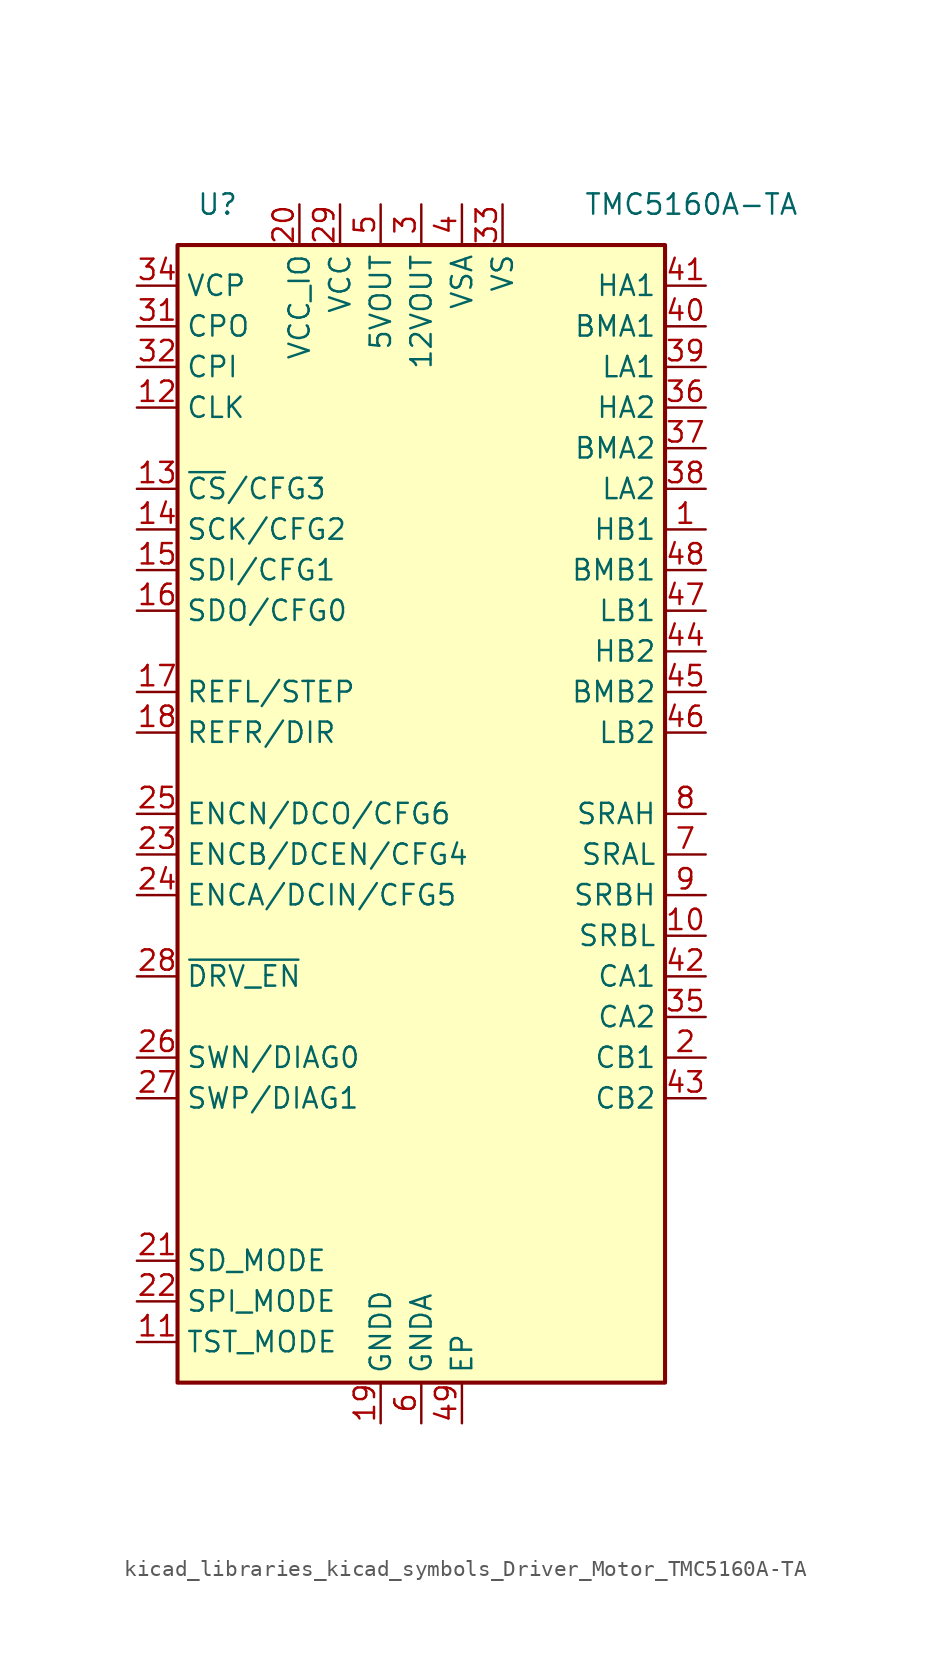
<source format=kicad_sym>
(kicad_symbol_lib
  (version 20220914)
  (generator kicad_symbol_editor)
  (symbol "kicad_libraries_kicad_symbols_Driver_Motor_TMC5160A-TA"
    (property "Reference" "U"
      (at -11.43 38.1 0)
      (effects (font (size 1.27 1.27)) (justify right)))
    (property "Value" "TMC5160A-TA"
      (at 10.16 38.1 0)
      (effects (font (size 1.27 1.27)) (justify left)))
    (symbol "kicad_libraries_kicad_symbols_Driver_Motor_TMC5160A-TA_1_0"
      (rectangle (start -15.24 -35.56) (end 15.24 35.56) (stroke (width 0.254) (type default)) (fill (type background))))
    (symbol "kicad_libraries_kicad_symbols_Driver_Motor_TMC5160A-TA_1_1"
      (pin output line (at 17.78 17.78 180) (length 2.54) (name "HB1" (effects (font (size 1.27 1.27)))) (number "1" (effects (font (size 1.27 1.27)))))
      (pin passive line (at 17.78 -7.62 180) (length 2.54) (name "SRBL" (effects (font (size 1.27 1.27)))) (number "10" (effects (font (size 1.27 1.27)))))
      (pin input line (at -17.78 -33.02 0) (length 2.54) (name "TST_MODE" (effects (font (size 1.27 1.27)))) (number "11" (effects (font (size 1.27 1.27)))))
      (pin input line (at -17.78 25.4 0) (length 2.54) (name "CLK" (effects (font (size 1.27 1.27)))) (number "12" (effects (font (size 1.27 1.27)))))
      (pin input line (at -17.78 20.32 0) (length 2.54) (name "~{CS}/CFG3" (effects (font (size 1.27 1.27)))) (number "13" (effects (font (size 1.27 1.27)))))
      (pin input line (at -17.78 17.78 0) (length 2.54) (name "SCK/CFG2" (effects (font (size 1.27 1.27)))) (number "14" (effects (font (size 1.27 1.27)))))
      (pin input line (at -17.78 15.24 0) (length 2.54) (name "SDI/CFG1" (effects (font (size 1.27 1.27)))) (number "15" (effects (font (size 1.27 1.27)))))
      (pin bidirectional line (at -17.78 12.7 0) (length 2.54) (name "SDO/CFG0" (effects (font (size 1.27 1.27)))) (number "16" (effects (font (size 1.27 1.27)))))
      (pin input line (at -17.78 7.62 0) (length 2.54) (name "REFL/STEP" (effects (font (size 1.27 1.27)))) (number "17" (effects (font (size 1.27 1.27)))))
      (pin input line (at -17.78 5.08 0) (length 2.54) (name "REFR/DIR" (effects (font (size 1.27 1.27)))) (number "18" (effects (font (size 1.27 1.27)))))
      (pin power_in line (at -2.54 -38.1 90) (length 2.54) (name "GNDD" (effects (font (size 1.27 1.27)))) (number "19" (effects (font (size 1.27 1.27)))))
      (pin passive line (at 17.78 -15.24 180) (length 2.54) (name "CB1" (effects (font (size 1.27 1.27)))) (number "2" (effects (font (size 1.27 1.27)))))
      (pin power_in line (at -7.62 38.1 270) (length 2.54) (name "VCC_IO" (effects (font (size 1.27 1.27)))) (number "20" (effects (font (size 1.27 1.27)))))
      (pin input line (at -17.78 -27.94 0) (length 2.54) (name "SD_MODE" (effects (font (size 1.27 1.27)))) (number "21" (effects (font (size 1.27 1.27)))))
      (pin input line (at -17.78 -30.48 0) (length 2.54) (name "SPI_MODE" (effects (font (size 1.27 1.27)))) (number "22" (effects (font (size 1.27 1.27)))))
      (pin input line (at -17.78 -2.54 0) (length 2.54) (name "ENCB/DCEN/CFG4" (effects (font (size 1.27 1.27)))) (number "23" (effects (font (size 1.27 1.27)))))
      (pin input line (at -17.78 -5.08 0) (length 2.54) (name "ENCA/DCIN/CFG5" (effects (font (size 1.27 1.27)))) (number "24" (effects (font (size 1.27 1.27)))))
      (pin bidirectional line (at -17.78 0 0) (length 2.54) (name "ENCN/DCO/CFG6" (effects (font (size 1.27 1.27)))) (number "25" (effects (font (size 1.27 1.27)))))
      (pin bidirectional line (at -17.78 -15.24 0) (length 2.54) (name "SWN/DIAG0" (effects (font (size 1.27 1.27)))) (number "26" (effects (font (size 1.27 1.27)))))
      (pin bidirectional line (at -17.78 -17.78 0) (length 2.54) (name "SWP/DIAG1" (effects (font (size 1.27 1.27)))) (number "27" (effects (font (size 1.27 1.27)))))
      (pin input line (at -17.78 -10.16 0) (length 2.54) (name "~{DRV_EN}" (effects (font (size 1.27 1.27)))) (number "28" (effects (font (size 1.27 1.27)))))
      (pin power_in line (at -5.08 38.1 270) (length 2.54) (name "VCC" (effects (font (size 1.27 1.27)))) (number "29" (effects (font (size 1.27 1.27)))))
      (pin power_out line (at 0 38.1 270) (length 2.54) (name "12VOUT" (effects (font (size 1.27 1.27)))) (number "3" (effects (font (size 1.27 1.27)))))
      (pin passive line (at -2.54 -38.1 90) (length 2.54) hide (name "GNDD" (effects (font (size 1.27 1.27)))) (number "30" (effects (font (size 1.27 1.27)))))
      (pin passive line (at -17.78 30.48 0) (length 2.54) (name "CPO" (effects (font (size 1.27 1.27)))) (number "31" (effects (font (size 1.27 1.27)))))
      (pin passive line (at -17.78 27.94 0) (length 2.54) (name "CPI" (effects (font (size 1.27 1.27)))) (number "32" (effects (font (size 1.27 1.27)))))
      (pin power_in line (at 5.08 38.1 270) (length 2.54) (name "VS" (effects (font (size 1.27 1.27)))) (number "33" (effects (font (size 1.27 1.27)))))
      (pin passive line (at -17.78 33.02 0) (length 2.54) (name "VCP" (effects (font (size 1.27 1.27)))) (number "34" (effects (font (size 1.27 1.27)))))
      (pin passive line (at 17.78 -12.7 180) (length 2.54) (name "CA2" (effects (font (size 1.27 1.27)))) (number "35" (effects (font (size 1.27 1.27)))))
      (pin output line (at 17.78 25.4 180) (length 2.54) (name "HA2" (effects (font (size 1.27 1.27)))) (number "36" (effects (font (size 1.27 1.27)))))
      (pin passive line (at 17.78 22.86 180) (length 2.54) (name "BMA2" (effects (font (size 1.27 1.27)))) (number "37" (effects (font (size 1.27 1.27)))))
      (pin output line (at 17.78 20.32 180) (length 2.54) (name "LA2" (effects (font (size 1.27 1.27)))) (number "38" (effects (font (size 1.27 1.27)))))
      (pin output line (at 17.78 27.94 180) (length 2.54) (name "LA1" (effects (font (size 1.27 1.27)))) (number "39" (effects (font (size 1.27 1.27)))))
      (pin power_in line (at 2.54 38.1 270) (length 2.54) (name "VSA" (effects (font (size 1.27 1.27)))) (number "4" (effects (font (size 1.27 1.27)))))
      (pin passive line (at 17.78 30.48 180) (length 2.54) (name "BMA1" (effects (font (size 1.27 1.27)))) (number "40" (effects (font (size 1.27 1.27)))))
      (pin output line (at 17.78 33.02 180) (length 2.54) (name "HA1" (effects (font (size 1.27 1.27)))) (number "41" (effects (font (size 1.27 1.27)))))
      (pin passive line (at 17.78 -10.16 180) (length 2.54) (name "CA1" (effects (font (size 1.27 1.27)))) (number "42" (effects (font (size 1.27 1.27)))))
      (pin passive line (at 17.78 -17.78 180) (length 2.54) (name "CB2" (effects (font (size 1.27 1.27)))) (number "43" (effects (font (size 1.27 1.27)))))
      (pin output line (at 17.78 10.16 180) (length 2.54) (name "HB2" (effects (font (size 1.27 1.27)))) (number "44" (effects (font (size 1.27 1.27)))))
      (pin passive line (at 17.78 7.62 180) (length 2.54) (name "BMB2" (effects (font (size 1.27 1.27)))) (number "45" (effects (font (size 1.27 1.27)))))
      (pin output line (at 17.78 5.08 180) (length 2.54) (name "LB2" (effects (font (size 1.27 1.27)))) (number "46" (effects (font (size 1.27 1.27)))))
      (pin output line (at 17.78 12.7 180) (length 2.54) (name "LB1" (effects (font (size 1.27 1.27)))) (number "47" (effects (font (size 1.27 1.27)))))
      (pin passive line (at 17.78 15.24 180) (length 2.54) (name "BMB1" (effects (font (size 1.27 1.27)))) (number "48" (effects (font (size 1.27 1.27)))))
      (pin power_in line (at 2.54 -38.1 90) (length 2.54) (name "EP" (effects (font (size 1.27 1.27)))) (number "49" (effects (font (size 1.27 1.27)))))
      (pin power_out line (at -2.54 38.1 270) (length 2.54) (name "5VOUT" (effects (font (size 1.27 1.27)))) (number "5" (effects (font (size 1.27 1.27)))))
      (pin power_in line (at 0 -38.1 90) (length 2.54) (name "GNDA" (effects (font (size 1.27 1.27)))) (number "6" (effects (font (size 1.27 1.27)))))
      (pin passive line (at 17.78 -2.54 180) (length 2.54) (name "SRAL" (effects (font (size 1.27 1.27)))) (number "7" (effects (font (size 1.27 1.27)))))
      (pin passive line (at 17.78 0 180) (length 2.54) (name "SRAH" (effects (font (size 1.27 1.27)))) (number "8" (effects (font (size 1.27 1.27)))))
      (pin passive line (at 17.78 -5.08 180) (length 2.54) (name "SRBH" (effects (font (size 1.27 1.27)))) (number "9" (effects (font (size 1.27 1.27))))))))
</source>
